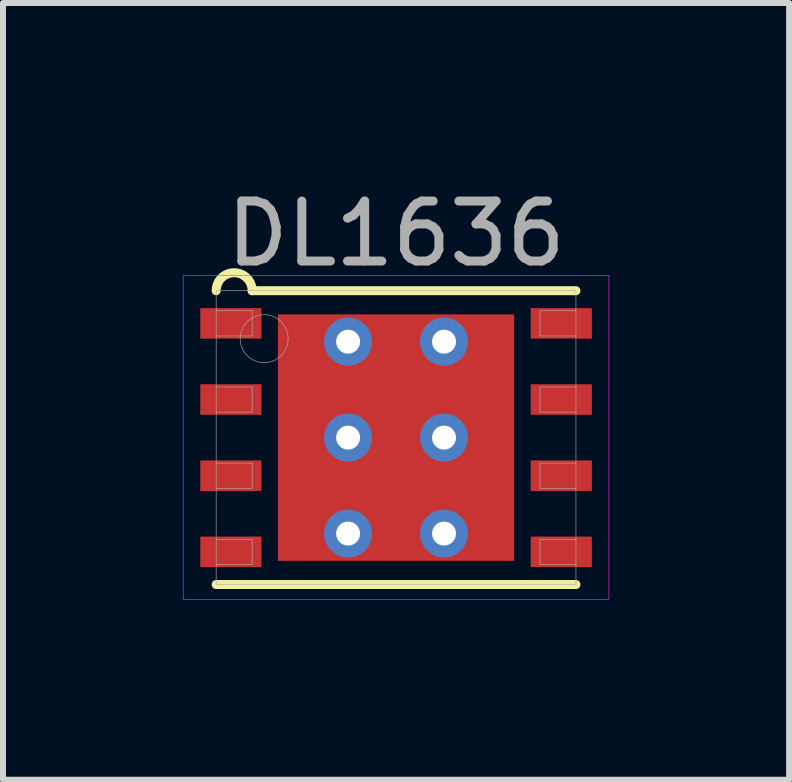
<source format=kicad_pcb>
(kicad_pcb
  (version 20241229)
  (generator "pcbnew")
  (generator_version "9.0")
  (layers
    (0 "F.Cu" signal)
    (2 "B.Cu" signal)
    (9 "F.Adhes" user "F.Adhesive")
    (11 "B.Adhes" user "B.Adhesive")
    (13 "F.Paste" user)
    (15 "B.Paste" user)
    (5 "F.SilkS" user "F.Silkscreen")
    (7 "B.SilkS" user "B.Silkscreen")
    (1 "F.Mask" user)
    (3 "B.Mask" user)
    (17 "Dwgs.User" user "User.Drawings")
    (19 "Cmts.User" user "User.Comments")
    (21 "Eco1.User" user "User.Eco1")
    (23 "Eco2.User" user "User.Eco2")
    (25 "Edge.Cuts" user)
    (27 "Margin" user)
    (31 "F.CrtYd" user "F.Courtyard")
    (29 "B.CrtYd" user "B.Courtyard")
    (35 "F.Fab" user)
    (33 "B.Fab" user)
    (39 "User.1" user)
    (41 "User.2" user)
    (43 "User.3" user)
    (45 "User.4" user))
  (footprint "DL1636"
    (layer "F.Cu")
    (at 3.555 4.248)
    (property "Reference" "DL1636" (at 0 -3.4 0) (layer "F.Fab") (effects (font (size 1 1) (thickness 0.15))))
    (attr smd)
    (fp_line (start -3 2.45) (end 3 2.45) (stroke (width 0.15) (type solid)) (layer "F.SilkS"))
    (fp_line (start -2.4 -2.45) (end 3 -2.45) (stroke (width 0.15) (type solid)) (layer "F.SilkS"))
    (fp_arc (start -3 -2.45) (mid -2.7 -2.75) (end -2.4 -2.45) (stroke (width 0.15) (type solid)) (layer "F.SilkS"))
    (fp_line (start -3.55 -2.7) (end 3.55 -2.7) (stroke (width 0.01) (type solid)) (layer "F.CrtYd"))
    (fp_line (start -3.55 2.7) (end -3.55 -2.7) (stroke (width 0.01) (type solid)) (layer "F.CrtYd"))
    (fp_line (start 3.55 -2.7) (end 3.55 2.7) (stroke (width 0.01) (type solid)) (layer "F.CrtYd"))
    (fp_line (start 3.55 2.7) (end -3.55 2.7) (stroke (width 0.01) (type solid)) (layer "F.CrtYd"))
    (fp_line (start -3 -2.45) (end 3 -2.45) (stroke (width 0.01) (type solid)) (layer "F.Fab"))
    (fp_line (start -3 -1.695) (end -2.4 -1.695) (stroke (width 0.01) (type solid)) (layer "F.Fab"))
    (fp_line (start -3 -0.425) (end -2.4 -0.425) (stroke (width 0.01) (type solid)) (layer "F.Fab"))
    (fp_line (start -3 0.845) (end -2.4 0.845) (stroke (width 0.01) (type solid)) (layer "F.Fab"))
    (fp_line (start -3 2.115) (end -2.4 2.115) (stroke (width 0.01) (type solid)) (layer "F.Fab"))
    (fp_line (start -3 2.45) (end -3 -2.45) (stroke (width 0.01) (type solid)) (layer "F.Fab"))
    (fp_line (start -2.4 -2.115) (end -3 -2.115) (stroke (width 0.01) (type solid)) (layer "F.Fab"))
    (fp_line (start -2.4 -1.695) (end -2.4 -2.115) (stroke (width 0.01) (type solid)) (layer "F.Fab"))
    (fp_line (start -2.4 -0.845) (end -3 -0.845) (stroke (width 0.01) (type solid)) (layer "F.Fab"))
    (fp_line (start -2.4 -0.425) (end -2.4 -0.845) (stroke (width 0.01) (type solid)) (layer "F.Fab"))
    (fp_line (start -2.4 0.425) (end -3 0.425) (stroke (width 0.01) (type solid)) (layer "F.Fab"))
    (fp_line (start -2.4 0.845) (end -2.4 0.425) (stroke (width 0.01) (type solid)) (layer "F.Fab"))
    (fp_line (start -2.4 1.695) (end -3 1.695) (stroke (width 0.01) (type solid)) (layer "F.Fab"))
    (fp_line (start -2.4 2.115) (end -2.4 1.695) (stroke (width 0.01) (type solid)) (layer "F.Fab"))
    (fp_line (start 2.4 -2.115) (end 2.4 -1.695) (stroke (width 0.01) (type solid)) (layer "F.Fab"))
    (fp_line (start 2.4 -1.695) (end 3 -1.695) (stroke (width 0.01) (type solid)) (layer "F.Fab"))
    (fp_line (start 2.4 -0.845) (end 2.4 -0.425) (stroke (width 0.01) (type solid)) (layer "F.Fab"))
    (fp_line (start 2.4 -0.425) (end 3 -0.425) (stroke (width 0.01) (type solid)) (layer "F.Fab"))
    (fp_line (start 2.4 0.425) (end 2.4 0.845) (stroke (width 0.01) (type solid)) (layer "F.Fab"))
    (fp_line (start 2.4 0.845) (end 3 0.845) (stroke (width 0.01) (type solid)) (layer "F.Fab"))
    (fp_line (start 2.4 1.695) (end 2.4 2.115) (stroke (width 0.01) (type solid)) (layer "F.Fab"))
    (fp_line (start 2.4 2.115) (end 3 2.115) (stroke (width 0.01) (type solid)) (layer "F.Fab"))
    (fp_line (start 3 -2.45) (end 3 2.45) (stroke (width 0.01) (type solid)) (layer "F.Fab"))
    (fp_line (start 3 -2.115) (end 2.4 -2.115) (stroke (width 0.01) (type solid)) (layer "F.Fab"))
    (fp_line (start 3 -0.845) (end 2.4 -0.845) (stroke (width 0.01) (type solid)) (layer "F.Fab"))
    (fp_line (start 3 0.425) (end 2.4 0.425) (stroke (width 0.01) (type solid)) (layer "F.Fab"))
    (fp_line (start 3 1.695) (end 2.4 1.695) (stroke (width 0.01) (type solid)) (layer "F.Fab"))
    (fp_line (start 3 2.45) (end -3 2.45) (stroke (width 0.01) (type solid)) (layer "F.Fab"))
    (fp_circle (center -2.2 -1.65) (end -2.2 -1.25) (stroke (width 0.01) (type solid)) (fill no) (layer "F.Fab"))
    (pad "1" smd rect (at -2.755 -1.905) (size 1.02 0.51) (layers "F.Cu" "F.Mask" "F.Paste"))
    (pad "2" smd rect (at -2.755 -0.635) (size 1.02 0.51) (layers "F.Cu" "F.Mask" "F.Paste"))
    (pad "3" smd rect (at -2.755 0.635) (size 1.02 0.51) (layers "F.Cu" "F.Mask" "F.Paste"))
    (pad "4" smd rect (at -2.755 1.905) (size 1.02 0.51) (layers "F.Cu" "F.Mask" "F.Paste"))
    (pad "5" smd rect (at 2.755 1.905) (size 1.02 0.51) (layers "F.Cu" "F.Mask" "F.Paste"))
    (pad "6" smd rect (at 2.755 0.635) (size 1.02 0.51) (layers "F.Cu" "F.Mask" "F.Paste"))
    (pad "7" smd rect (at 2.755 -0.635) (size 1.02 0.51) (layers "F.Cu" "F.Mask" "F.Paste"))
    (pad "8" smd rect (at 2.755 -1.905) (size 1.02 0.51) (layers "F.Cu" "F.Mask" "F.Paste"))
    (pad "EP" thru_hole circle (at -0.8 -1.6) (size 0.8 0.8) (drill 0.4) (layers "*.Cu"))
    (pad "EP" thru_hole circle (at -0.8 0) (size 0.8 0.8) (drill 0.4) (layers "*.Cu"))
    (pad "EP" thru_hole circle (at -0.8 1.6) (size 0.8 0.8) (drill 0.4) (layers "*.Cu"))
    (pad "EP" smd rect (at 0 0) (size 3.94 4.11) (layers "F.Cu" "F.Mask" "F.Paste"))
    (pad "EP" thru_hole circle (at 0.8 -1.6) (size 0.8 0.8) (drill 0.4) (layers "*.Cu"))
    (pad "EP" thru_hole circle (at 0.8 0) (size 0.8 0.8) (drill 0.4) (layers "*.Cu"))
    (pad "EP" thru_hole circle (at 0.8 1.6) (size 0.8 0.8) (drill 0.4) (layers "*.Cu")))
  (gr_rect
    (start -3 -3)
    (end 10.11 9.953)
    (stroke (width 0.1) (type default))
    (fill no)
    (layer "Edge.Cuts")))
</source>
